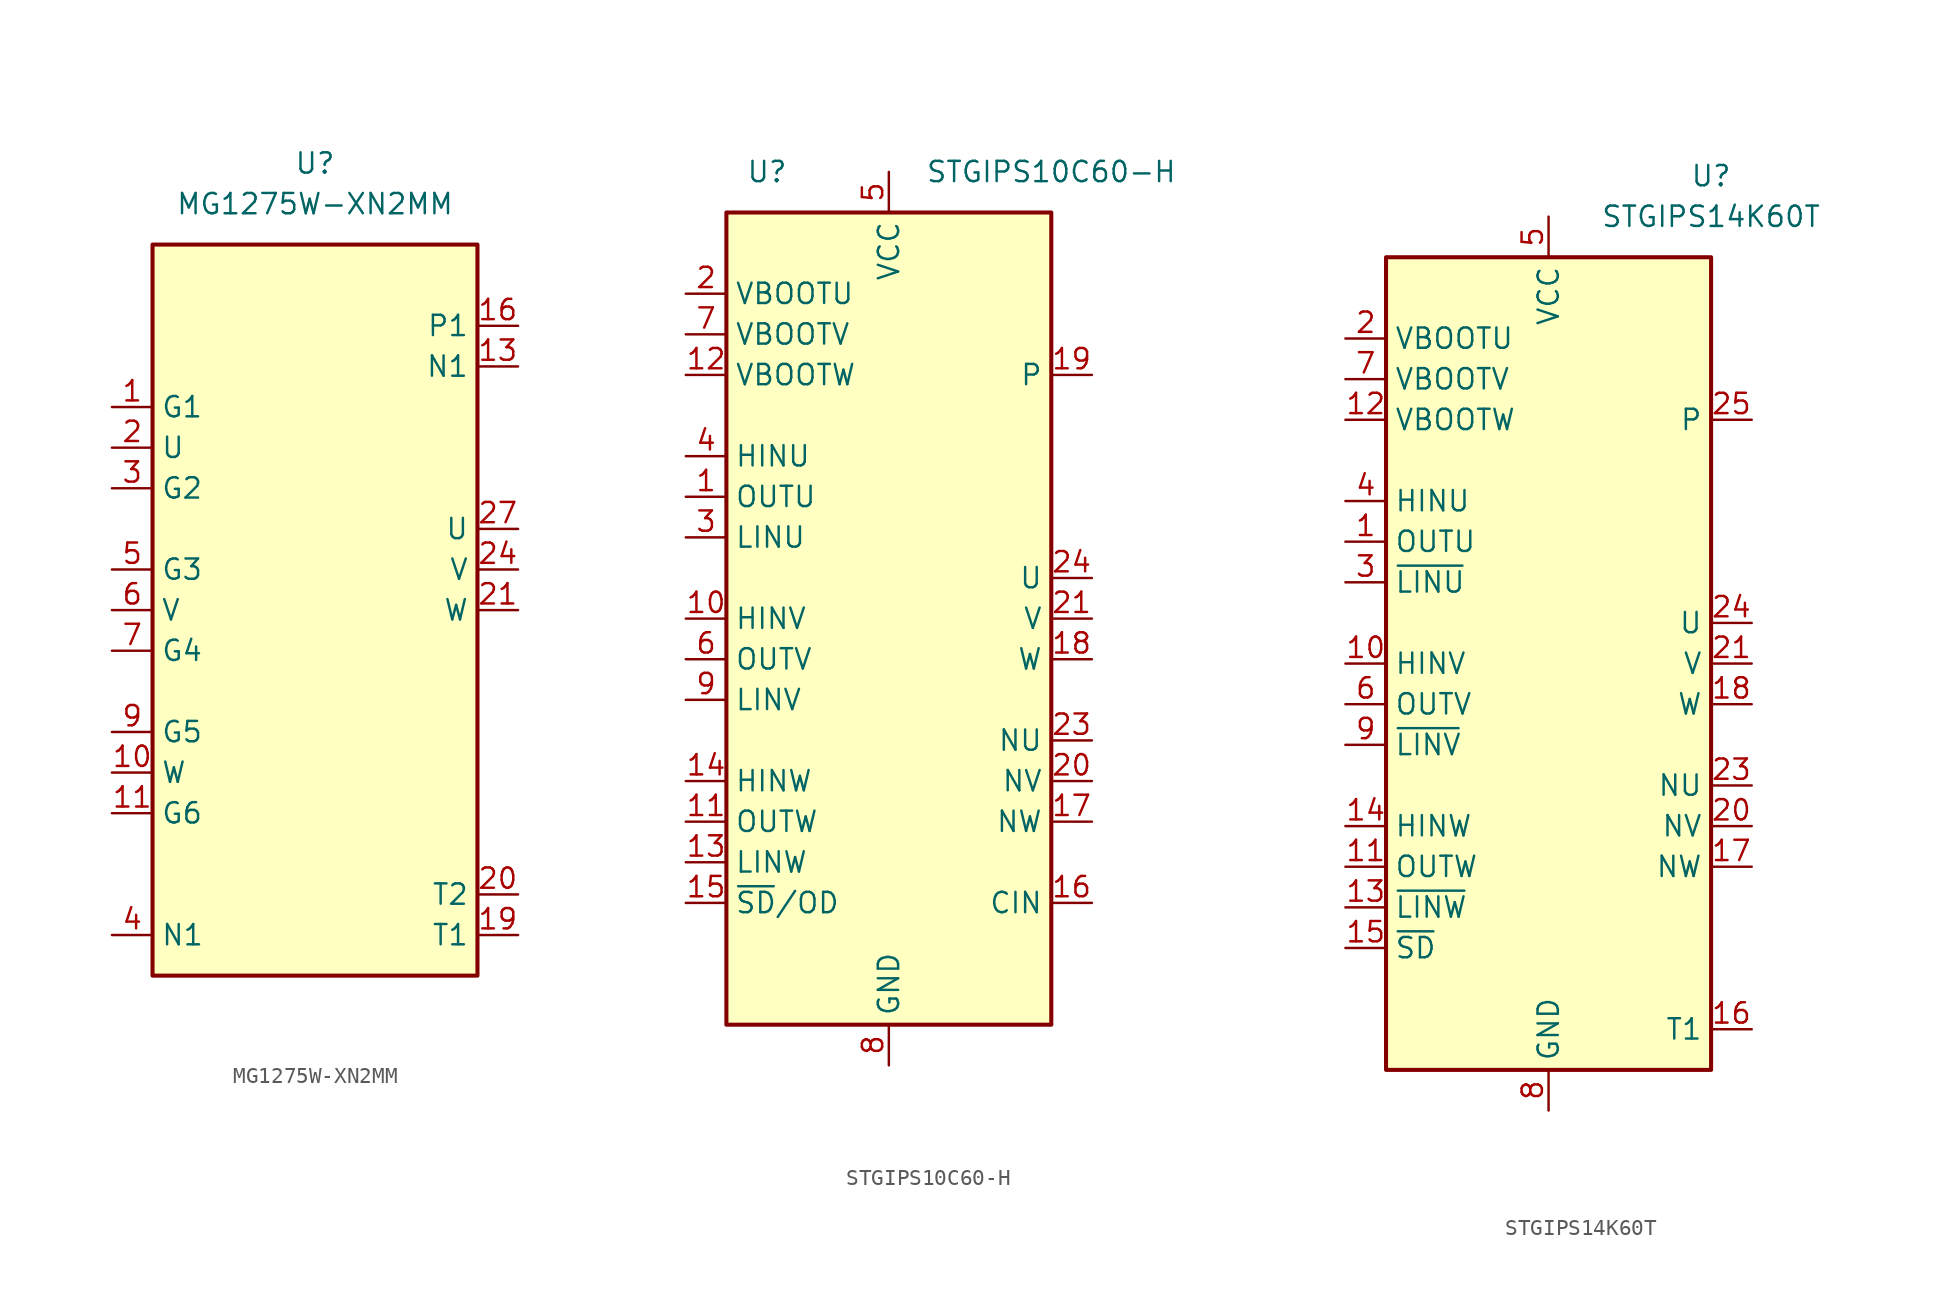
<source format=kicad_sym>
(kicad_symbol_lib
  (version 20241209)
  (generator "kicad_symbol_editor")
  (generator_version "9.0")
  (symbol "MG1275W-XN2MM"
    (property "Reference" "U"
      (at 0 27.94 0)
      (effects (font (size 1.27 1.27))))
    (property "Value" "MG1275W-XN2MM"
      (at 0 25.4 0)
      (effects (font (size 1.27 1.27))))
    (symbol "MG1275W-XN2MM_0_0"
      (pin passive line (at 12.7 17.78 180) (length 2.54) (name "P1" (effects (font (size 1.27 1.27)))) (number "16" (effects (font (size 1.27 1.27)))))
      (pin passive line (at 12.7 17.78 180) (length 2.54) (hide yes) (name "P1" (effects (font (size 1.27 1.27)))) (number "17" (effects (font (size 1.27 1.27)))))
      (pin passive line (at 12.7 17.78 180) (length 2.54) (hide yes) (name "P1" (effects (font (size 1.27 1.27)))) (number "18" (effects (font (size 1.27 1.27)))))
      (pin passive line (at 12.7 17.78 180) (length 2.54) (hide yes) (name "P1" (effects (font (size 1.27 1.27)))) (number "30" (effects (font (size 1.27 1.27)))))
      (pin passive line (at 12.7 17.78 180) (length 2.54) (hide yes) (name "P1" (effects (font (size 1.27 1.27)))) (number "31" (effects (font (size 1.27 1.27)))))
      (pin passive line (at 12.7 17.78 180) (length 2.54) (hide yes) (name "P1" (effects (font (size 1.27 1.27)))) (number "32" (effects (font (size 1.27 1.27)))))
      (pin passive line (at 12.7 15.24 180) (length 2.54) (name "N1" (effects (font (size 1.27 1.27)))) (number "13" (effects (font (size 1.27 1.27)))))
      (pin passive line (at 12.7 15.24 180) (length 2.54) (hide yes) (name "N1" (effects (font (size 1.27 1.27)))) (number "14" (effects (font (size 1.27 1.27)))))
      (pin passive line (at 12.7 15.24 180) (length 2.54) (hide yes) (name "N1" (effects (font (size 1.27 1.27)))) (number "15" (effects (font (size 1.27 1.27)))))
      (pin passive line (at 12.7 15.24 180) (length 2.54) (hide yes) (name "N1" (effects (font (size 1.27 1.27)))) (number "33" (effects (font (size 1.27 1.27)))))
      (pin passive line (at 12.7 15.24 180) (length 2.54) (hide yes) (name "N1" (effects (font (size 1.27 1.27)))) (number "34" (effects (font (size 1.27 1.27)))))
      (pin passive line (at 12.7 15.24 180) (length 2.54) (hide yes) (name "N1" (effects (font (size 1.27 1.27)))) (number "35" (effects (font (size 1.27 1.27)))))
      (pin passive line (at 12.7 -17.78 180) (length 2.54) (name "T2" (effects (font (size 1.27 1.27)))) (number "20" (effects (font (size 1.27 1.27)))))
      (pin passive line (at 12.7 -20.32 180) (length 2.54) (name "T1" (effects (font (size 1.27 1.27)))) (number "19" (effects (font (size 1.27 1.27))))))
    (symbol "MG1275W-XN2MM_1_1"
      (rectangle (start -10.16 22.86) (end 10.16 -22.86) (stroke (width 0.254) (type default)) (fill (type background)))
      (pin passive line (at -12.7 12.7 0) (length 2.54) (name "G1" (effects (font (size 1.27 1.27)))) (number "1" (effects (font (size 1.27 1.27)))))
      (pin passive line (at -12.7 10.16 0) (length 2.54) (name "U" (effects (font (size 1.27 1.27)))) (number "2" (effects (font (size 1.27 1.27)))))
      (pin passive line (at -12.7 7.62 0) (length 2.54) (name "G2" (effects (font (size 1.27 1.27)))) (number "3" (effects (font (size 1.27 1.27)))))
      (pin passive line (at -12.7 2.54 0) (length 2.54) (name "G3" (effects (font (size 1.27 1.27)))) (number "5" (effects (font (size 1.27 1.27)))))
      (pin passive line (at -12.7 0 0) (length 2.54) (name "V" (effects (font (size 1.27 1.27)))) (number "6" (effects (font (size 1.27 1.27)))))
      (pin passive line (at -12.7 -2.54 0) (length 2.54) (name "G4" (effects (font (size 1.27 1.27)))) (number "7" (effects (font (size 1.27 1.27)))))
      (pin passive line (at -12.7 -7.62 0) (length 2.54) (name "G5" (effects (font (size 1.27 1.27)))) (number "9" (effects (font (size 1.27 1.27)))))
      (pin passive line (at -12.7 -10.16 0) (length 2.54) (name "W" (effects (font (size 1.27 1.27)))) (number "10" (effects (font (size 1.27 1.27)))))
      (pin passive line (at -12.7 -12.7 0) (length 2.54) (name "G6" (effects (font (size 1.27 1.27)))) (number "11" (effects (font (size 1.27 1.27)))))
      (pin passive line (at -12.7 -20.32 0) (length 2.54) (hide yes) (name "N1" (effects (font (size 1.27 1.27)))) (number "12" (effects (font (size 1.27 1.27)))))
      (pin passive line (at -12.7 -20.32 0) (length 2.54) (name "N1" (effects (font (size 1.27 1.27)))) (number "4" (effects (font (size 1.27 1.27)))))
      (pin passive line (at -12.7 -20.32 0) (length 2.54) (hide yes) (name "N1" (effects (font (size 1.27 1.27)))) (number "8" (effects (font (size 1.27 1.27)))))
      (pin passive line (at 12.7 5.08 180) (length 2.54) (name "U" (effects (font (size 1.27 1.27)))) (number "27" (effects (font (size 1.27 1.27)))))
      (pin passive line (at 12.7 5.08 180) (length 2.54) (hide yes) (name "U" (effects (font (size 1.27 1.27)))) (number "28" (effects (font (size 1.27 1.27)))))
      (pin passive line (at 12.7 5.08 180) (length 2.54) (hide yes) (name "U" (effects (font (size 1.27 1.27)))) (number "29" (effects (font (size 1.27 1.27)))))
      (pin passive line (at 12.7 2.54 180) (length 2.54) (name "V" (effects (font (size 1.27 1.27)))) (number "24" (effects (font (size 1.27 1.27)))))
      (pin passive line (at 12.7 2.54 180) (length 2.54) (hide yes) (name "V" (effects (font (size 1.27 1.27)))) (number "25" (effects (font (size 1.27 1.27)))))
      (pin passive line (at 12.7 2.54 180) (length 2.54) (hide yes) (name "V" (effects (font (size 1.27 1.27)))) (number "26" (effects (font (size 1.27 1.27)))))
      (pin passive line (at 12.7 0 180) (length 2.54) (name "W" (effects (font (size 1.27 1.27)))) (number "21" (effects (font (size 1.27 1.27)))))
      (pin passive line (at 12.7 0 180) (length 2.54) (hide yes) (name "W" (effects (font (size 1.27 1.27)))) (number "22" (effects (font (size 1.27 1.27)))))
      (pin passive line (at 12.7 0 180) (length 2.54) (hide yes) (name "W" (effects (font (size 1.27 1.27)))) (number "23" (effects (font (size 1.27 1.27)))))))
  (symbol "STGIPS10C60-H"
    (property "Reference" "U"
      (at -7.62 27.94 0)
      (effects (font (size 1.27 1.27))))
    (property "Value" "STGIPS10C60-H"
      (at 10.16 27.94 0)
      (effects (font (size 1.27 1.27))))
    (symbol "STGIPS10C60-H_1_1"
      (rectangle (start -10.16 25.4) (end 10.16 -25.4) (stroke (width 0.254) (type default)) (fill (type background)))
      (pin passive line (at -12.7 20.32 0) (length 2.54) (name "VBOOTU" (effects (font (size 1.27 1.27)))) (number "2" (effects (font (size 1.27 1.27)))))
      (pin passive line (at -12.7 17.78 0) (length 2.54) (name "VBOOTV" (effects (font (size 1.27 1.27)))) (number "7" (effects (font (size 1.27 1.27)))))
      (pin passive line (at -12.7 15.24 0) (length 2.54) (name "VBOOTW" (effects (font (size 1.27 1.27)))) (number "12" (effects (font (size 1.27 1.27)))))
      (pin input line (at -12.7 10.16 0) (length 2.54) (name "HINU" (effects (font (size 1.27 1.27)))) (number "4" (effects (font (size 1.27 1.27)))))
      (pin output line (at -12.7 7.62 0) (length 2.54) (name "OUTU" (effects (font (size 1.27 1.27)))) (number "1" (effects (font (size 1.27 1.27)))))
      (pin input line (at -12.7 5.08 0) (length 2.54) (name "LINU" (effects (font (size 1.27 1.27)))) (number "3" (effects (font (size 1.27 1.27)))))
      (pin input line (at -12.7 0 0) (length 2.54) (name "HINV" (effects (font (size 1.27 1.27)))) (number "10" (effects (font (size 1.27 1.27)))))
      (pin output line (at -12.7 -2.54 0) (length 2.54) (name "OUTV" (effects (font (size 1.27 1.27)))) (number "6" (effects (font (size 1.27 1.27)))))
      (pin input line (at -12.7 -5.08 0) (length 2.54) (name "LINV" (effects (font (size 1.27 1.27)))) (number "9" (effects (font (size 1.27 1.27)))))
      (pin input line (at -12.7 -10.16 0) (length 2.54) (name "HINW" (effects (font (size 1.27 1.27)))) (number "14" (effects (font (size 1.27 1.27)))))
      (pin output line (at -12.7 -12.7 0) (length 2.54) (name "OUTW" (effects (font (size 1.27 1.27)))) (number "11" (effects (font (size 1.27 1.27)))))
      (pin input line (at -12.7 -15.24 0) (length 2.54) (name "LINW" (effects (font (size 1.27 1.27)))) (number "13" (effects (font (size 1.27 1.27)))))
      (pin input line (at -12.7 -17.78 0) (length 2.54) (name "~{SD}/OD" (effects (font (size 1.27 1.27)))) (number "15" (effects (font (size 1.27 1.27)))))
      (pin power_in line (at 0 27.94 270) (length 2.54) (name "VCC" (effects (font (size 1.27 1.27)))) (number "5" (effects (font (size 1.27 1.27)))))
      (pin power_in line (at 0 -27.94 90) (length 2.54) (name "GND" (effects (font (size 1.27 1.27)))) (number "8" (effects (font (size 1.27 1.27)))))
      (pin passive line (at 12.7 15.24 180) (length 2.54) (name "P" (effects (font (size 1.27 1.27)))) (number "19" (effects (font (size 1.27 1.27)))))
      (pin passive line (at 12.7 15.24 180) (length 2.54) (hide yes) (name "P" (effects (font (size 1.27 1.27)))) (number "22" (effects (font (size 1.27 1.27)))))
      (pin passive line (at 12.7 15.24 180) (length 2.54) (hide yes) (name "P" (effects (font (size 1.27 1.27)))) (number "25" (effects (font (size 1.27 1.27)))))
      (pin passive line (at 12.7 2.54 180) (length 2.54) (name "U" (effects (font (size 1.27 1.27)))) (number "24" (effects (font (size 1.27 1.27)))))
      (pin passive line (at 12.7 0 180) (length 2.54) (name "V" (effects (font (size 1.27 1.27)))) (number "21" (effects (font (size 1.27 1.27)))))
      (pin passive line (at 12.7 -2.54 180) (length 2.54) (name "W" (effects (font (size 1.27 1.27)))) (number "18" (effects (font (size 1.27 1.27)))))
      (pin passive line (at 12.7 -7.62 180) (length 2.54) (name "NU" (effects (font (size 1.27 1.27)))) (number "23" (effects (font (size 1.27 1.27)))))
      (pin passive line (at 12.7 -10.16 180) (length 2.54) (name "NV" (effects (font (size 1.27 1.27)))) (number "20" (effects (font (size 1.27 1.27)))))
      (pin passive line (at 12.7 -12.7 180) (length 2.54) (name "NW" (effects (font (size 1.27 1.27)))) (number "17" (effects (font (size 1.27 1.27)))))
      (pin input line (at 12.7 -17.78 180) (length 2.54) (name "CIN" (effects (font (size 1.27 1.27)))) (number "16" (effects (font (size 1.27 1.27)))))))
  (symbol "STGIPS14K60T"
    (property "Reference" "U"
      (at 10.16 30.48 0)
      (effects (font (size 1.27 1.27))))
    (property "Value" "STGIPS14K60T"
      (at 10.16 27.94 0)
      (effects (font (size 1.27 1.27))))
    (symbol "STGIPS14K60T_0_1"
      (rectangle (start -10.16 25.4) (end 10.16 -25.4) (stroke (width 0.254) (type default)) (fill (type background))))
    (symbol "STGIPS14K60T_1_1"
      (pin passive line (at -12.7 20.32 0) (length 2.54) (name "VBOOTU" (effects (font (size 1.27 1.27)))) (number "2" (effects (font (size 1.27 1.27)))))
      (pin passive line (at -12.7 17.78 0) (length 2.54) (name "VBOOTV" (effects (font (size 1.27 1.27)))) (number "7" (effects (font (size 1.27 1.27)))))
      (pin passive line (at -12.7 15.24 0) (length 2.54) (name "VBOOTW" (effects (font (size 1.27 1.27)))) (number "12" (effects (font (size 1.27 1.27)))))
      (pin input line (at -12.7 10.16 0) (length 2.54) (name "HINU" (effects (font (size 1.27 1.27)))) (number "4" (effects (font (size 1.27 1.27)))))
      (pin output line (at -12.7 7.62 0) (length 2.54) (name "OUTU" (effects (font (size 1.27 1.27)))) (number "1" (effects (font (size 1.27 1.27)))))
      (pin input line (at -12.7 5.08 0) (length 2.54) (name "~{LINU}" (effects (font (size 1.27 1.27)))) (number "3" (effects (font (size 1.27 1.27)))))
      (pin input line (at -12.7 0 0) (length 2.54) (name "HINV" (effects (font (size 1.27 1.27)))) (number "10" (effects (font (size 1.27 1.27)))))
      (pin output line (at -12.7 -2.54 0) (length 2.54) (name "OUTV" (effects (font (size 1.27 1.27)))) (number "6" (effects (font (size 1.27 1.27)))))
      (pin input line (at -12.7 -5.08 0) (length 2.54) (name "~{LINV}" (effects (font (size 1.27 1.27)))) (number "9" (effects (font (size 1.27 1.27)))))
      (pin input line (at -12.7 -10.16 0) (length 2.54) (name "HINW" (effects (font (size 1.27 1.27)))) (number "14" (effects (font (size 1.27 1.27)))))
      (pin output line (at -12.7 -12.7 0) (length 2.54) (name "OUTW" (effects (font (size 1.27 1.27)))) (number "11" (effects (font (size 1.27 1.27)))))
      (pin input line (at -12.7 -15.24 0) (length 2.54) (name "~{LINW}" (effects (font (size 1.27 1.27)))) (number "13" (effects (font (size 1.27 1.27)))))
      (pin input line (at -12.7 -17.78 0) (length 2.54) (name "~{SD}" (effects (font (size 1.27 1.27)))) (number "15" (effects (font (size 1.27 1.27)))))
      (pin power_in line (at 0 27.94 270) (length 2.54) (name "VCC" (effects (font (size 1.27 1.27)))) (number "5" (effects (font (size 1.27 1.27)))))
      (pin power_in line (at 0 -27.94 90) (length 2.54) (name "GND" (effects (font (size 1.27 1.27)))) (number "8" (effects (font (size 1.27 1.27)))))
      (pin passive line (at 12.7 15.24 180) (length 2.54) (hide yes) (name "P" (effects (font (size 1.27 1.27)))) (number "19" (effects (font (size 1.27 1.27)))))
      (pin passive line (at 12.7 15.24 180) (length 2.54) (hide yes) (name "P" (effects (font (size 1.27 1.27)))) (number "22" (effects (font (size 1.27 1.27)))))
      (pin passive line (at 12.7 15.24 180) (length 2.54) (name "P" (effects (font (size 1.27 1.27)))) (number "25" (effects (font (size 1.27 1.27)))))
      (pin passive line (at 12.7 2.54 180) (length 2.54) (name "U" (effects (font (size 1.27 1.27)))) (number "24" (effects (font (size 1.27 1.27)))))
      (pin passive line (at 12.7 0 180) (length 2.54) (name "V" (effects (font (size 1.27 1.27)))) (number "21" (effects (font (size 1.27 1.27)))))
      (pin passive line (at 12.7 -2.54 180) (length 2.54) (name "W" (effects (font (size 1.27 1.27)))) (number "18" (effects (font (size 1.27 1.27)))))
      (pin passive line (at 12.7 -7.62 180) (length 2.54) (name "NU" (effects (font (size 1.27 1.27)))) (number "23" (effects (font (size 1.27 1.27)))))
      (pin passive line (at 12.7 -10.16 180) (length 2.54) (name "NV" (effects (font (size 1.27 1.27)))) (number "20" (effects (font (size 1.27 1.27)))))
      (pin passive line (at 12.7 -12.7 180) (length 2.54) (name "NW" (effects (font (size 1.27 1.27)))) (number "17" (effects (font (size 1.27 1.27)))))
      (pin passive line (at 12.7 -22.86 180) (length 2.54) (name "T1" (effects (font (size 1.27 1.27)))) (number "16" (effects (font (size 1.27 1.27))))))))
</source>
